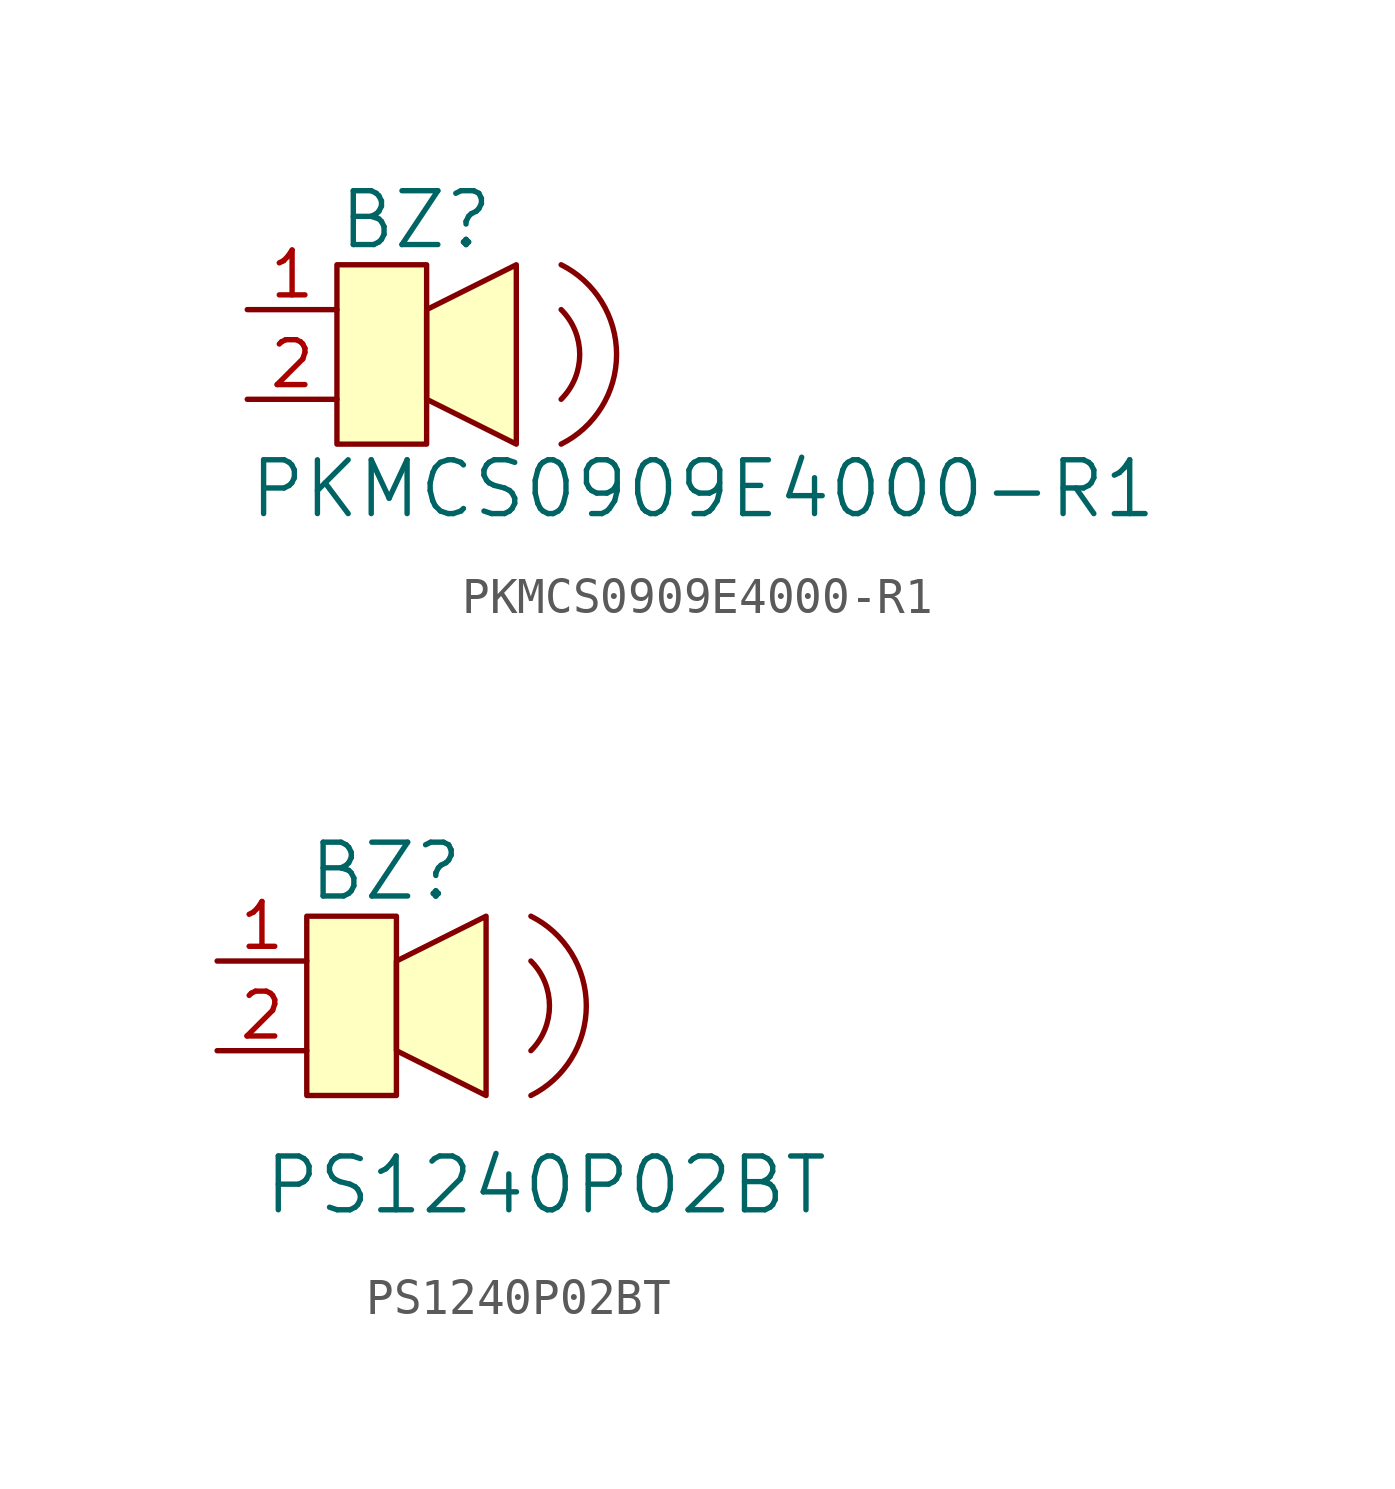
<source format=kicad_sym>
(kicad_symbol_lib
  (version 20220914)
  (generator kicad_symbol_editor)
  (symbol "PKMCS0909E4000-R1"
    (pin_names
      (offset 0.025))
    (property "Reference" "BZ"
      (at 0 5.08 0)
      (effects (font (size 1.524 1.524)) (justify left)))
    (property "Value" "PKMCS0909E4000-R1"
      (at -2.54 -2.54 0)
      (effects (font (size 1.524 1.524)) (justify left)))
    (symbol "PKMCS0909E4000-R1_0_1"
      (polyline (pts (xy 2.54 2.54) (xy 5.08 3.81) (xy 5.08 -1.27) (xy 2.54 0) (xy 2.54 2.54)) (stroke (width 0) (type solid)) (fill (type background)))
      (rectangle (start 0 3.81) (end 2.54 -1.27) (stroke (width 0) (type solid)) (fill (type background)))
      (arc (start 6.35 -1.27) (mid 7.9198 1.27) (end 6.35 3.81) (stroke (width 0) (type solid)) (fill (type none)))
      (arc (start 6.35 0) (mid 6.8761 1.27) (end 6.35 2.54) (stroke (width 0) (type solid)) (fill (type none))))
    (symbol "PKMCS0909E4000-R1_1_1"
      (pin input line (at -2.54 2.54 0) (length 2.54) (name "~" (effects (font (size 1.27 1.27)))) (number "1" (effects (font (size 1.27 1.27)))))
      (pin input line (at -2.54 0 0) (length 2.54) (name "~" (effects (font (size 1.27 1.27)))) (number "2" (effects (font (size 1.27 1.27)))))))
  (symbol "PS1240P02BT"
    (pin_names
      (offset 0))
    (property "Reference" "BZ"
      (at 0 5.08 0)
      (effects (font (size 1.524 1.524)) (justify left)))
    (property "Value" "PS1240P02BT"
      (at -1.27 -3.81 0)
      (effects (font (size 1.524 1.524)) (justify left)))
    (symbol "PS1240P02BT_0_1"
      (polyline (pts (xy 2.54 2.54) (xy 5.08 3.81) (xy 5.08 -1.27) (xy 2.54 0) (xy 2.54 2.54)) (stroke (width 0) (type solid)) (fill (type background)))
      (rectangle (start 0 3.81) (end 2.54 -1.27) (stroke (width 0) (type solid)) (fill (type background)))
      (arc (start 6.35 -1.27) (mid 7.9198 1.27) (end 6.35 3.81) (stroke (width 0) (type solid)) (fill (type none)))
      (arc (start 6.35 0) (mid 6.8761 1.27) (end 6.35 2.54) (stroke (width 0) (type solid)) (fill (type none))))
    (symbol "PS1240P02BT_1_1"
      (pin input line (at -2.54 2.54 0) (length 2.54) (name "~" (effects (font (size 1.27 1.27)))) (number "1" (effects (font (size 1.27 1.27)))))
      (pin input line (at -2.54 0 0) (length 2.54) (name "~" (effects (font (size 1.27 1.27)))) (number "2" (effects (font (size 1.27 1.27))))))))
</source>
